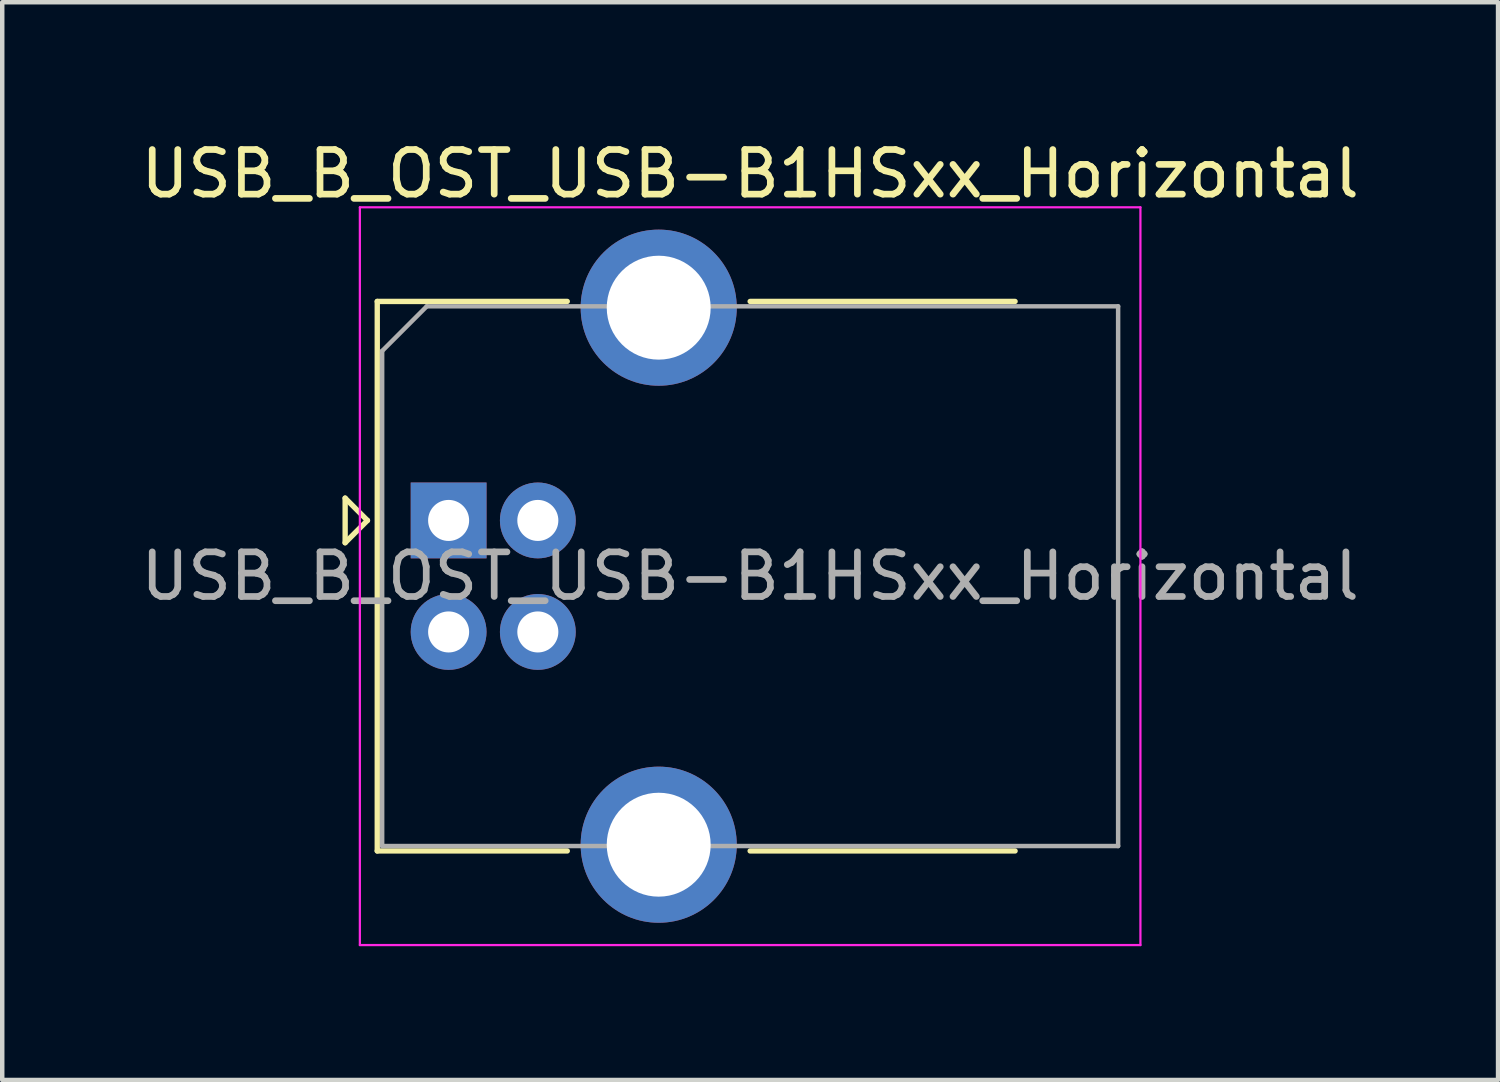
<source format=kicad_pcb>
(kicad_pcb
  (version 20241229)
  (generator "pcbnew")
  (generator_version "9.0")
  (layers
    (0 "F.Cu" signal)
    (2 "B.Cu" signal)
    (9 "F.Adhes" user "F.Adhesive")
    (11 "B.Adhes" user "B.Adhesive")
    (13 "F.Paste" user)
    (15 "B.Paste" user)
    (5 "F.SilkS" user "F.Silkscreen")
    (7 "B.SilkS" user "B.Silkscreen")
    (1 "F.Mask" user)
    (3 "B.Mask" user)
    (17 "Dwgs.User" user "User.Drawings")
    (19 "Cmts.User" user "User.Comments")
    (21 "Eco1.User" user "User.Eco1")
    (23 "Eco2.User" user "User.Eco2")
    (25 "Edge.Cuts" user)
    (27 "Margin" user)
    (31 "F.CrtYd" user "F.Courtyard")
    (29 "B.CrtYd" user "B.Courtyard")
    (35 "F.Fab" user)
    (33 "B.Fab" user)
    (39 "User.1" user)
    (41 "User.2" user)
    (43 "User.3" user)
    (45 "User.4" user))
  (footprint "USB_B_OST_USB-B1HSxx_Horizontal"
    (layer "F.Cu")
    (at 7.008 8.618)
    (property "Reference" "USB_B_OST_USB-B1HSxx_Horizontal" (at 6.76 -7.77 0) (layer "F.SilkS") (effects (font (size 1 1) (thickness 0.15))))
    (attr through_hole)
    (fp_line (start -2.32 -0.5) (end -2.32 0.5) (stroke (width 0.12) (type solid)) (layer "F.SilkS"))
    (fp_line (start -2.32 0.5) (end -1.82 0) (stroke (width 0.12) (type solid)) (layer "F.SilkS"))
    (fp_line (start -1.82 0) (end -2.32 -0.5) (stroke (width 0.12) (type solid)) (layer "F.SilkS"))
    (fp_line (start -1.6 -4.91) (end -1.6 7.41) (stroke (width 0.12) (type solid)) (layer "F.SilkS"))
    (fp_line (start -1.6 7.41) (end 2.66 7.41) (stroke (width 0.12) (type solid)) (layer "F.SilkS"))
    (fp_line (start 2.66 -4.91) (end -1.6 -4.91) (stroke (width 0.12) (type solid)) (layer "F.SilkS"))
    (fp_line (start 6.76 -4.91) (end 12.7 -4.91) (stroke (width 0.12) (type solid)) (layer "F.SilkS"))
    (fp_line (start 12.7 7.41) (end 6.76 7.41) (stroke (width 0.12) (type solid)) (layer "F.SilkS"))
    (fp_line (start -1.99 -7.02) (end -1.99 9.52) (stroke (width 0.05) (type solid)) (layer "F.CrtYd"))
    (fp_line (start -1.99 9.52) (end 15.51 9.52) (stroke (width 0.05) (type solid)) (layer "F.CrtYd"))
    (fp_line (start 15.51 -7.02) (end -1.99 -7.02) (stroke (width 0.05) (type solid)) (layer "F.CrtYd"))
    (fp_line (start 15.51 9.52) (end 15.51 -7.02) (stroke (width 0.05) (type solid)) (layer "F.CrtYd"))
    (fp_line (start -1.49 -3.8) (end -0.49 -4.8) (stroke (width 0.1) (type solid)) (layer "F.Fab"))
    (fp_line (start -1.49 7.3) (end -1.49 -3.8) (stroke (width 0.1) (type solid)) (layer "F.Fab"))
    (fp_line (start -0.49 -4.8) (end 15.01 -4.8) (stroke (width 0.1) (type solid)) (layer "F.Fab"))
    (fp_line (start 15.01 -4.8) (end 15.01 7.3) (stroke (width 0.1) (type solid)) (layer "F.Fab"))
    (fp_line (start 15.01 7.3) (end -1.49 7.3) (stroke (width 0.1) (type solid)) (layer "F.Fab"))
    (fp_text user "${REFERENCE}" (at 6.76 1.25 0) (layer "F.Fab") (effects (font (size 1 1) (thickness 0.15))))
    (pad "" thru_hole circle (at 4.71 -4.77) (size 3.5 3.5) (drill 2.33) (layers "*.Cu" "*.Mask"))
    (pad "" thru_hole circle (at 4.71 7.27) (size 3.5 3.5) (drill 2.33) (layers "*.Cu" "*.Mask"))
    (pad "1" thru_hole rect (at 0 0) (size 1.7 1.7) (drill 0.92) (layers "*.Cu" "*.Mask"))
    (pad "2" thru_hole circle (at 0 2.5) (size 1.7 1.7) (drill 0.92) (layers "*.Cu" "*.Mask"))
    (pad "3" thru_hole circle (at 2 2.5) (size 1.7 1.7) (drill 0.92) (layers "*.Cu" "*.Mask"))
    (pad "4" thru_hole circle (at 2 0) (size 1.7 1.7) (drill 0.92) (layers "*.Cu" "*.Mask")))
  (gr_rect
    (start -3 -3)
    (end 30.536 21.163)
    (stroke (width 0.1) (type default))
    (fill no)
    (layer "Edge.Cuts")))
</source>
